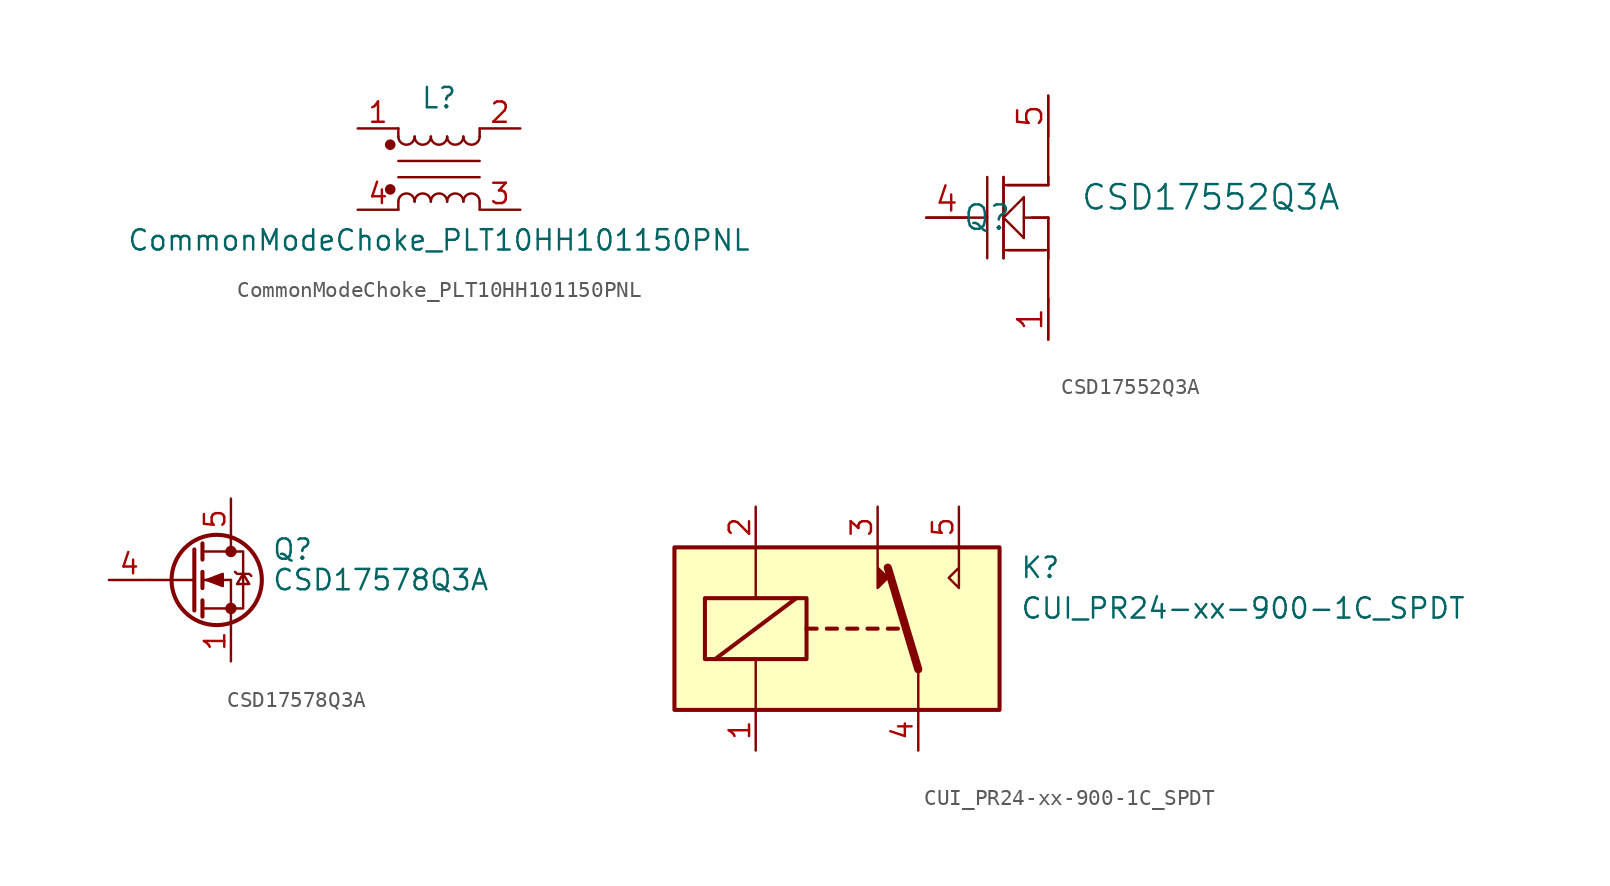
<source format=kicad_sym>
(kicad_symbol_lib
  (version 20220914)
  (generator kicad_symbol_editor)
  (symbol "CommonModeChoke_PLT10HH101150PNL"
    (pin_names
      (offset 0.254) hide)
    (property "Reference" "L"
      (at 0 4.445 0)
      (effects (font (size 1.27 1.27))))
    (property "Value" "CommonModeChoke_PLT10HH101150PNL"
      (at 0 -4.445 0)
      (effects (font (size 1.27 1.27))))
    (symbol "CommonModeChoke_PLT10HH101150PNL_0_1"
      (circle (center -3.048 -1.27) (radius 0.254) (stroke (width 0) (type default)) (fill (type outline)))
      (circle (center -3.048 1.524) (radius 0.254) (stroke (width 0) (type default)) (fill (type outline)))
      (arc (start -2.54 2.032) (mid -2.032 1.5262) (end -1.524 2.032) (stroke (width 0) (type default)) (fill (type none)))
      (arc (start -1.524 -2.032) (mid -2.032 -1.5262) (end -2.54 -2.032) (stroke (width 0) (type default)) (fill (type none)))
      (arc (start -1.524 2.032) (mid -1.016 1.5262) (end -0.508 2.032) (stroke (width 0) (type default)) (fill (type none)))
      (arc (start -0.508 -2.032) (mid -1.016 -1.5262) (end -1.524 -2.032) (stroke (width 0) (type default)) (fill (type none)))
      (arc (start -0.508 2.032) (mid 0 1.5262) (end 0.508 2.032) (stroke (width 0) (type default)) (fill (type none)))
      (polyline (pts (xy -2.54 -2.032) (xy -2.54 -2.54)) (stroke (width 0) (type default)) (fill (type none)))
      (polyline (pts (xy -2.54 0.508) (xy 2.54 0.508)) (stroke (width 0) (type default)) (fill (type none)))
      (polyline (pts (xy -2.54 2.032) (xy -2.54 2.54)) (stroke (width 0) (type default)) (fill (type none)))
      (polyline (pts (xy 2.54 -2.032) (xy 2.54 -2.54)) (stroke (width 0) (type default)) (fill (type none)))
      (polyline (pts (xy 2.54 -0.508) (xy -2.54 -0.508)) (stroke (width 0) (type default)) (fill (type none)))
      (polyline (pts (xy 2.54 2.54) (xy 2.54 2.032)) (stroke (width 0) (type default)) (fill (type none)))
      (arc (start 0.508 -2.032) (mid 0 -1.5262) (end -0.508 -2.032) (stroke (width 0) (type default)) (fill (type none)))
      (arc (start 0.508 2.032) (mid 1.016 1.5262) (end 1.524 2.032) (stroke (width 0) (type default)) (fill (type none)))
      (arc (start 1.524 -2.032) (mid 1.016 -1.5262) (end 0.508 -2.032) (stroke (width 0) (type default)) (fill (type none)))
      (arc (start 1.524 2.032) (mid 2.032 1.5262) (end 2.54 2.032) (stroke (width 0) (type default)) (fill (type none)))
      (arc (start 2.54 -2.032) (mid 2.032 -1.5262) (end 1.524 -2.032) (stroke (width 0) (type default)) (fill (type none))))
    (symbol "CommonModeChoke_PLT10HH101150PNL_1_1"
      (pin passive line (at -5.08 2.54 0) (length 2.54) (name "1" (effects (font (size 1.27 1.27)))) (number "1" (effects (font (size 1.27 1.27)))))
      (pin passive line (at 5.08 2.54 180) (length 2.54) (name "2" (effects (font (size 1.27 1.27)))) (number "2" (effects (font (size 1.27 1.27)))))
      (pin passive line (at 5.08 -2.54 180) (length 2.54) (name "3" (effects (font (size 1.27 1.27)))) (number "3" (effects (font (size 1.27 1.27)))))
      (pin passive line (at -5.08 -2.54 0) (length 2.54) (name "4" (effects (font (size 1.27 1.27)))) (number "4" (effects (font (size 1.27 1.27)))))))
  (symbol "CSD17552Q3A"
    (pin_names
      (offset 0))
    (property "Reference" "Q"
      (at 0 0 0)
      (effects (font (size 1.524 1.524))))
    (property "Value" "CSD17552Q3A"
      (at 13.97 1.27 0)
      (effects (font (size 1.524 1.524))))
    (property "Datasheet" ""
      (at 0 0 0)
      (effects (font (size 1.524 1.524))))
    (symbol "CSD17552Q3A_1_1"
      (polyline (pts (xy -3.81 0) (xy -1.27 0)) (stroke (width 0.152) (type default)) (fill (type none)))
      (polyline (pts (xy -1.27 0) (xy 0 0)) (stroke (width 0.152) (type default)) (fill (type none)))
      (polyline (pts (xy 0 -2.54) (xy 0 2.54)) (stroke (width 0.152) (type default)) (fill (type none)))
      (polyline (pts (xy 1.016 -2.032) (xy 3.81 -2.032)) (stroke (width 0.152) (type default)) (fill (type none)))
      (polyline (pts (xy 1.016 0) (xy 2.286 1.27)) (stroke (width 0.152) (type default)) (fill (type none)))
      (polyline (pts (xy 1.016 2.54) (xy 1.016 -2.54)) (stroke (width 0.152) (type default)) (fill (type none)))
      (polyline (pts (xy 1.016 2.54) (xy 1.016 -2.54)) (stroke (width 0.152) (type default)) (fill (type none)))
      (polyline (pts (xy 1.27 -2.032) (xy 3.556 -2.032)) (stroke (width 0.152) (type default)) (fill (type none)))
      (polyline (pts (xy 2.286 -1.27) (xy 1.016 0)) (stroke (width 0.152) (type default)) (fill (type none)))
      (polyline (pts (xy 2.286 0) (xy 3.81 0)) (stroke (width 0.152) (type default)) (fill (type none)))
      (polyline (pts (xy 2.286 1.27) (xy 2.286 -1.27)) (stroke (width 0.152) (type default)) (fill (type none)))
      (polyline (pts (xy 2.794 0) (xy 3.81 0)) (stroke (width 0.152) (type default)) (fill (type none)))
      (polyline (pts (xy 3.81 -7.62) (xy 3.81 -5.08)) (stroke (width 0.152) (type default)) (fill (type none)))
      (polyline (pts (xy 3.81 -2.54) (xy 3.81 -5.08)) (stroke (width 0.152) (type default)) (fill (type none)))
      (polyline (pts (xy 3.81 0) (xy 3.81 -2.54)) (stroke (width 0.152) (type default)) (fill (type none)))
      (polyline (pts (xy 3.81 0) (xy 3.81 -2.54)) (stroke (width 0.152) (type default)) (fill (type none)))
      (polyline (pts (xy 3.81 2.032) (xy 1.016 2.032)) (stroke (width 0.152) (type default)) (fill (type none)))
      (polyline (pts (xy 3.81 2.032) (xy 1.27 2.032)) (stroke (width 0.152) (type default)) (fill (type none)))
      (polyline (pts (xy 3.81 2.54) (xy 3.81 2.032)) (stroke (width 0.152) (type default)) (fill (type none)))
      (polyline (pts (xy 3.81 2.54) (xy 3.81 2.032)) (stroke (width 0.152) (type default)) (fill (type none)))
      (polyline (pts (xy 3.81 5.08) (xy 3.81 2.54)) (stroke (width 0.152) (type default)) (fill (type none)))
      (polyline (pts (xy 3.81 7.62) (xy 3.81 5.08)) (stroke (width 0.152) (type default)) (fill (type none)))
      (pin passive line (at 3.81 -7.62 90) (length 2.54) (name "~" (effects (font (size 1.499 1.499)))) (number "1" (effects (font (size 1.499 1.499)))))
      (pin passive line (at 3.81 -7.62 90) (length 2.54) hide (name "Source" (effects (font (size 1.499 1.499)))) (number "2" (effects (font (size 1.499 1.499)))))
      (pin passive line (at 3.81 -7.62 90) (length 2.54) hide (name "Source" (effects (font (size 1.499 1.499)))) (number "3" (effects (font (size 1.499 1.499)))))
      (pin input line (at -3.81 0 0) (length 2.54) (name "~" (effects (font (size 1.499 1.499)))) (number "4" (effects (font (size 1.499 1.499)))))
      (pin passive line (at 3.81 7.62 270) (length 2.54) (name "~" (effects (font (size 1.499 1.499)))) (number "5" (effects (font (size 1.499 1.499)))))
      (pin passive line (at 3.81 7.62 270) (length 2.54) hide (name "Drain" (effects (font (size 1.499 1.499)))) (number "6" (effects (font (size 1.499 1.499)))))
      (pin passive line (at 3.81 7.62 270) (length 2.54) hide (name "Drain" (effects (font (size 1.499 1.499)))) (number "7" (effects (font (size 1.499 1.499)))))
      (pin passive line (at 3.81 7.62 270) (length 2.54) hide (name "Drain" (effects (font (size 1.499 1.499)))) (number "8" (effects (font (size 1.499 1.499)))))
      (pin passive line (at 3.81 7.62 270) (length 2.54) hide (name "Drain" (effects (font (size 1.499 1.499)))) (number "9" (effects (font (size 1.499 1.499)))))))
  (symbol "CSD17578Q3A"
    (pin_names
      (offset 0) hide)
    (property "Reference" "Q"
      (at 5.08 1.905 0)
      (effects (font (size 1.27 1.27)) (justify left)))
    (property "Value" "CSD17578Q3A"
      (at 5.08 0 0)
      (effects (font (size 1.27 1.27)) (justify left)))
    (symbol "CSD17578Q3A_0_1"
      (polyline (pts (xy -2.54 0) (xy 0.254 0)) (stroke (width 0) (type default)) (fill (type none)))
      (polyline (pts (xy 0.762 -1.778) (xy 2.54 -1.778)) (stroke (width 0) (type default)) (fill (type none)))
      (polyline (pts (xy 0.762 -1.27) (xy 0.762 -2.286)) (stroke (width 0.254) (type default)) (fill (type none)))
      (polyline (pts (xy 0.762 0) (xy 2.54 0)) (stroke (width 0) (type default)) (fill (type none)))
      (polyline (pts (xy 0.762 0.508) (xy 0.762 -0.508)) (stroke (width 0.254) (type default)) (fill (type none)))
      (polyline (pts (xy 0.762 1.778) (xy 2.54 1.778)) (stroke (width 0) (type default)) (fill (type none)))
      (polyline (pts (xy 0.762 2.286) (xy 0.762 1.27)) (stroke (width 0.254) (type default)) (fill (type none)))
      (polyline (pts (xy 2.54 -1.778) (xy 2.54 -2.54)) (stroke (width 0) (type default)) (fill (type none)))
      (polyline (pts (xy 2.54 -1.778) (xy 2.54 0)) (stroke (width 0) (type default)) (fill (type none)))
      (polyline (pts (xy 2.54 2.54) (xy 2.54 1.778)) (stroke (width 0) (type default)) (fill (type none)))
      (polyline (pts (xy 0.254 1.905) (xy 0.254 -1.905) (xy 0.254 -1.905)) (stroke (width 0.254) (type default)) (fill (type none)))
      (polyline (pts (xy 1.016 0) (xy 2.032 0.381) (xy 2.032 -0.381) (xy 1.016 0)) (stroke (width 0) (type default)) (fill (type outline)))
      (polyline (pts (xy 2.54 -1.778) (xy 3.302 -1.778) (xy 3.302 1.778) (xy 2.54 1.778)) (stroke (width 0) (type default)) (fill (type none)))
      (polyline (pts (xy 2.794 0.508) (xy 2.921 0.381) (xy 3.683 0.381) (xy 3.81 0.254)) (stroke (width 0) (type default)) (fill (type none)))
      (polyline (pts (xy 3.302 0.381) (xy 2.921 -0.254) (xy 3.683 -0.254) (xy 3.302 0.381)) (stroke (width 0) (type default)) (fill (type none)))
      (circle (center 1.651 0) (radius 2.819) (stroke (width 0.254) (type default)) (fill (type none)))
      (circle (center 2.54 -1.778) (radius 0.279) (stroke (width 0) (type default)) (fill (type outline)))
      (circle (center 2.54 1.778) (radius 0.279) (stroke (width 0) (type default)) (fill (type outline))))
    (symbol "CSD17578Q3A_1_1"
      (pin passive line (at 2.54 -5.08 90) (length 2.54) (name "S" (effects (font (size 1.27 1.27)))) (number "1" (effects (font (size 1.27 1.27)))))
      (pin passive line (at 2.54 -5.08 90) (length 2.54) hide (name "S" (effects (font (size 1.27 1.27)))) (number "2" (effects (font (size 1.27 1.27)))))
      (pin passive line (at 2.54 -5.08 90) (length 2.54) hide (name "S" (effects (font (size 1.27 1.27)))) (number "3" (effects (font (size 1.27 1.27)))))
      (pin passive line (at -5.08 0 0) (length 2.54) (name "G" (effects (font (size 1.27 1.27)))) (number "4" (effects (font (size 1.27 1.27)))))
      (pin passive line (at 2.54 5.08 270) (length 2.54) (name "D" (effects (font (size 1.27 1.27)))) (number "5" (effects (font (size 1.27 1.27)))))))
  (symbol "CUI_PR24-xx-900-1C_SPDT"
    (property "Reference" "K"
      (at 11.43 3.81 0)
      (effects (font (size 1.27 1.27)) (justify left)))
    (property "Value" "CUI_PR24-xx-900-1C_SPDT"
      (at 11.43 1.27 0)
      (effects (font (size 1.27 1.27)) (justify left)))
    (symbol "CUI_PR24-xx-900-1C_SPDT_0_0"
      (polyline (pts (xy 7.62 5.08) (xy 7.62 2.54) (xy 6.985 3.175) (xy 7.62 3.81)) (stroke (width 0) (type default)) (fill (type none))))
    (symbol "CUI_PR24-xx-900-1C_SPDT_0_1"
      (rectangle (start -10.16 5.08) (end 10.16 -5.08) (stroke (width 0.254) (type default)) (fill (type background)))
      (rectangle (start -8.255 1.905) (end -1.905 -1.905) (stroke (width 0.254) (type default)) (fill (type none)))
      (polyline (pts (xy -7.62 -1.905) (xy -2.54 1.905)) (stroke (width 0.254) (type default)) (fill (type none)))
      (polyline (pts (xy -5.08 -5.08) (xy -5.08 -1.905)) (stroke (width 0) (type default)) (fill (type none)))
      (polyline (pts (xy -5.08 5.08) (xy -5.08 1.905)) (stroke (width 0) (type default)) (fill (type none)))
      (polyline (pts (xy -1.905 0) (xy -1.27 0)) (stroke (width 0.254) (type default)) (fill (type none)))
      (polyline (pts (xy -0.635 0) (xy 0 0)) (stroke (width 0.254) (type default)) (fill (type none)))
      (polyline (pts (xy 0.635 0) (xy 1.27 0)) (stroke (width 0.254) (type default)) (fill (type none)))
      (polyline (pts (xy 1.905 0) (xy 2.54 0)) (stroke (width 0.254) (type default)) (fill (type none)))
      (polyline (pts (xy 3.175 0) (xy 3.81 0)) (stroke (width 0.254) (type default)) (fill (type none)))
      (polyline (pts (xy 5.08 -2.54) (xy 3.175 3.81)) (stroke (width 0.508) (type default)) (fill (type none)))
      (polyline (pts (xy 5.08 -2.54) (xy 5.08 -5.08)) (stroke (width 0) (type default)) (fill (type none))))
    (symbol "CUI_PR24-xx-900-1C_SPDT_1_1"
      (polyline (pts (xy 2.54 3.81) (xy 3.175 3.175) (xy 2.54 2.54) (xy 2.54 5.08)) (stroke (width 0) (type default)) (fill (type outline)))
      (pin passive line (at -5.08 -7.62 90) (length 2.54) (name "~" (effects (font (size 1.27 1.27)))) (number "1" (effects (font (size 1.27 1.27)))))
      (pin passive line (at -5.08 7.62 270) (length 2.54) (name "~" (effects (font (size 1.27 1.27)))) (number "2" (effects (font (size 1.27 1.27)))))
      (pin passive line (at 2.54 7.62 270) (length 2.54) (name "~" (effects (font (size 1.27 1.27)))) (number "3" (effects (font (size 1.27 1.27)))))
      (pin passive line (at 5.08 -7.62 90) (length 2.54) (name "~" (effects (font (size 1.27 1.27)))) (number "4" (effects (font (size 1.27 1.27)))))
      (pin passive line (at 7.62 7.62 270) (length 2.54) (name "~" (effects (font (size 1.27 1.27)))) (number "5" (effects (font (size 1.27 1.27))))))))
</source>
